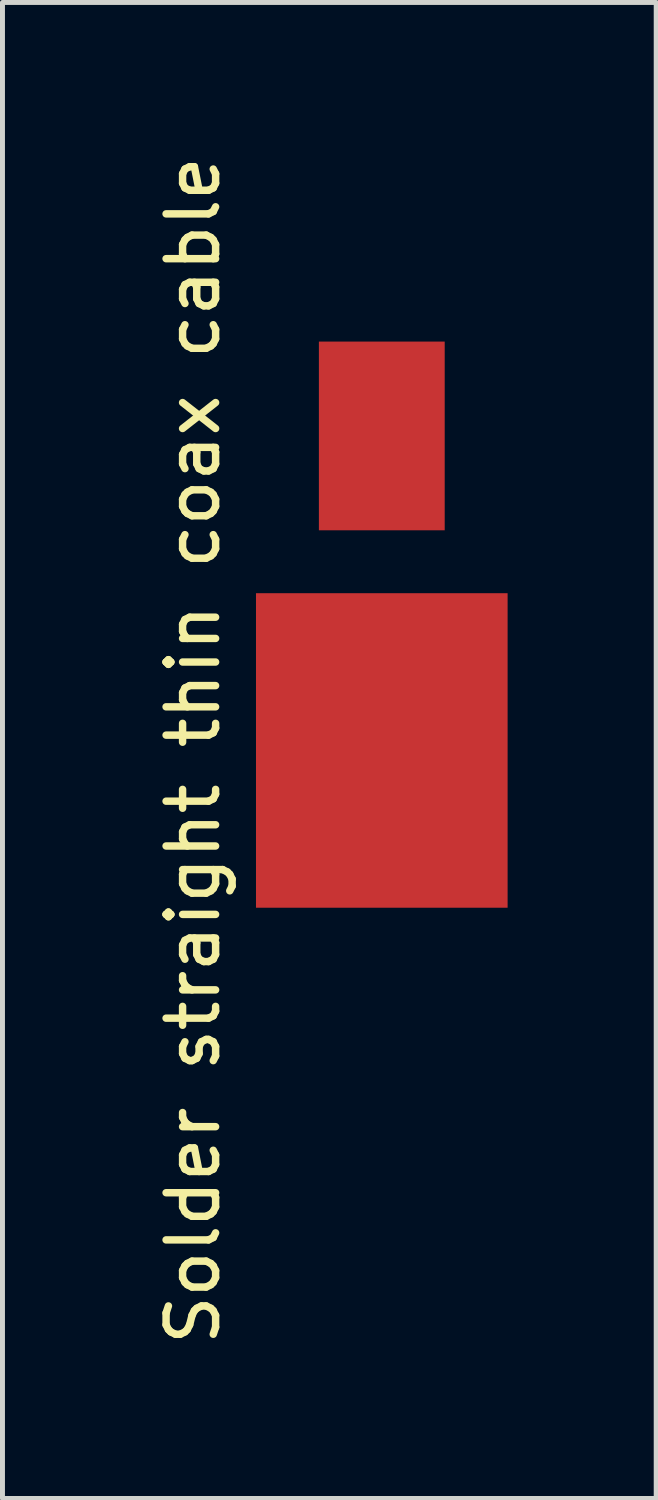
<source format=kicad_pcb>
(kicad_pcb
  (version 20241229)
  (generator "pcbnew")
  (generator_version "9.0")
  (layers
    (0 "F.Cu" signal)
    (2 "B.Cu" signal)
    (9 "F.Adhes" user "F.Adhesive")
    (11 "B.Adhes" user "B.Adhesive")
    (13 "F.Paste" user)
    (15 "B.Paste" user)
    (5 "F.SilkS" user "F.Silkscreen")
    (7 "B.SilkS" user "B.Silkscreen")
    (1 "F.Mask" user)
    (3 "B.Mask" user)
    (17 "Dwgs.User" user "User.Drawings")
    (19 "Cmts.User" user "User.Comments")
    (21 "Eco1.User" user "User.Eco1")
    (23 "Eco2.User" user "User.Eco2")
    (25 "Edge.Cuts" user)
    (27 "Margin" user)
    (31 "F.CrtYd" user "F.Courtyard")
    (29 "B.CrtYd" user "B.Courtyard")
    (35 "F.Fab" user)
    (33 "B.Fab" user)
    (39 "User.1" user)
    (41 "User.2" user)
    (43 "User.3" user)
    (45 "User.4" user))
  (footprint "Solder straight thin coax cable"
    (layer "F.Cu")
    (at 4.658 12.101)
    (property "Reference" "Solder straight thin coax cable" (at -3.81 0 270) (layer "F.SilkS") (effects (font (size 1 1) (thickness 0.15))))
    (attr through_hole)
    (pad "1" smd rect (at 0 -6.35) (size 2.54 3.81) (layers "F.Cu" "F.Mask" "F.Paste"))
    (pad "2" smd rect (at 0 0) (size 5.08 6.35) (layers "F.Cu" "F.Mask" "F.Paste")))
  (gr_rect
    (start -3 -3)
    (end 10.198 27.202)
    (stroke (width 0.1) (type default))
    (fill no)
    (layer "Edge.Cuts")))
</source>
